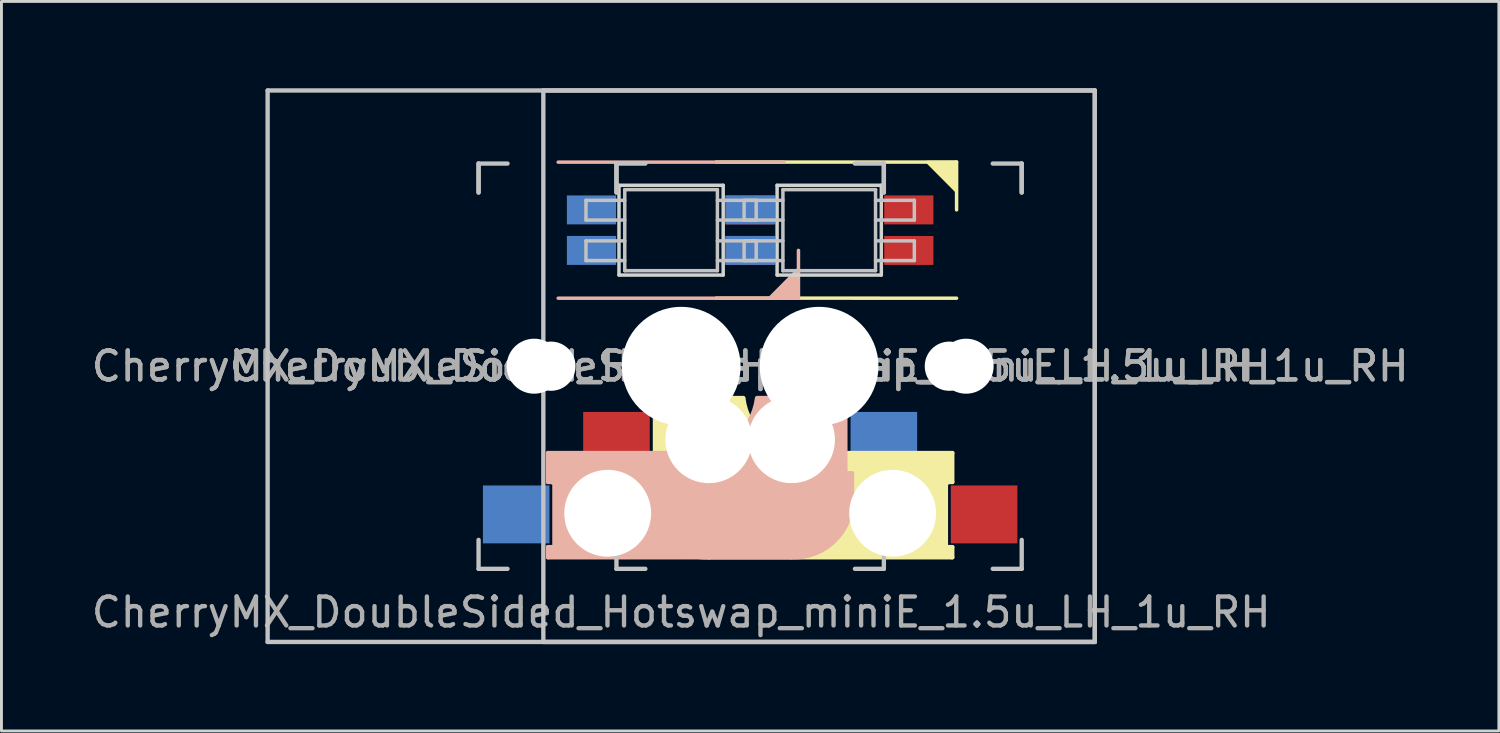
<source format=kicad_pcb>
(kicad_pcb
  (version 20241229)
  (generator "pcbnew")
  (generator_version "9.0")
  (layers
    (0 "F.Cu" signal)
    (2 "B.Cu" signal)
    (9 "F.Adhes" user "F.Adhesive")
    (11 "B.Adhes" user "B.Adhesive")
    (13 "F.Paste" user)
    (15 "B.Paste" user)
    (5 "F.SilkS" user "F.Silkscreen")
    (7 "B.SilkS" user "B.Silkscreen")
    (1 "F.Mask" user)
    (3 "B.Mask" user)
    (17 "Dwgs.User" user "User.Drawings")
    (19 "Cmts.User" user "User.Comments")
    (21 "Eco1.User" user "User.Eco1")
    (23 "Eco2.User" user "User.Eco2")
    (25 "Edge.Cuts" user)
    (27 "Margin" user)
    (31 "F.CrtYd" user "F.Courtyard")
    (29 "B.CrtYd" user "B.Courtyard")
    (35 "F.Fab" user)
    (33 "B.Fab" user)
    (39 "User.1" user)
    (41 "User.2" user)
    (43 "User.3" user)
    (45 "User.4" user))
  (footprint "CherryMX_DoubleSided_Hotswap_miniE_1.5u_LH_1u_RH"
    (layer "F.Cu")
    (at 20.482 9.6)
    (property "Reference" "CherryMX_DoubleSided_Hotswap_miniE_1.5u_LH_1u_RH" (at 0 8.5 0) (layer "F.Fab") (effects (font (size 1 1) (thickness 0.15))))
    (attr through_hole)
    (fp_line (start -1.137 1.1) (end -1.137 1.46) (stroke (width 0.15) (type solid)) (layer "F.SilkS"))
    (fp_line (start -1.137 1.1) (end 2.143 1.1) (stroke (width 0.15) (type solid)) (layer "F.SilkS"))
    (fp_line (start -1.137 3.7) (end -0.938 3.7) (stroke (width 0.15) (type solid)) (layer "F.SilkS"))
    (fp_line (start -1.137 4.7) (end -1.137 3.7) (stroke (width 0.15) (type solid)) (layer "F.SilkS"))
    (fp_line (start -1.037 3.8) (end -1.038 4.7) (stroke (width 0.3) (type solid)) (layer "F.SilkS"))
    (fp_line (start -0.938 1.3) (end 1.762 1.3) (stroke (width 0.5) (type solid)) (layer "F.SilkS"))
    (fp_line (start -0.938 1.46) (end -1.137 1.46) (stroke (width 0.15) (type solid)) (layer "F.SilkS"))
    (fp_line (start -0.907 3.7) (end -0.907 1.46) (stroke (width 0.15) (type solid)) (layer "F.SilkS"))
    (fp_line (start -0.537 1.6) (end -0.537 3.4) (stroke (width 0.8) (type solid)) (layer "F.SilkS"))
    (fp_line (start 0.593 5.1) (end 0.593 2.86) (stroke (width 3) (type solid)) (layer "F.SilkS"))
    (fp_line (start 1.212 -7.052) (end 9.512 -7.052) (stroke (width 0.12) (type solid)) (layer "F.SilkS"))
    (fp_line (start 4.362 3) (end 9.363 3) (stroke (width 0.15) (type solid)) (layer "F.SilkS"))
    (fp_line (start 7.362 4.8) (end 0.662 4.8) (stroke (width 3.5) (type solid)) (layer "F.SilkS"))
    (fp_line (start 8.662 6) (end 8.662 3.5) (stroke (width 1) (type solid)) (layer "F.SilkS"))
    (fp_line (start 9.062 3.3) (end 7.662 3.3) (stroke (width 0.5) (type solid)) (layer "F.SilkS"))
    (fp_line (start 9.143 4) (end 9.143 6.25) (stroke (width 0.15) (type solid)) (layer "F.SilkS"))
    (fp_line (start 9.162 3.9) (end 9.162 3.2) (stroke (width 0.4) (type solid)) (layer "F.SilkS"))
    (fp_line (start 9.162 6.25) (end 9.363 6.25) (stroke (width 0.15) (type solid)) (layer "F.SilkS"))
    (fp_line (start 9.162 6.4) (end 7.763 6.4) (stroke (width 0.4) (type solid)) (layer "F.SilkS"))
    (fp_line (start 9.363 3) (end 9.363 4) (stroke (width 0.15) (type solid)) (layer "F.SilkS"))
    (fp_line (start 9.363 4) (end 9.162 4) (stroke (width 0.15) (type solid)) (layer "F.SilkS"))
    (fp_line (start 9.363 6.25) (end 9.363 6.6) (stroke (width 0.15) (type solid)) (layer "F.SilkS"))
    (fp_line (start 9.363 6.6) (end 0.963 6.6) (stroke (width 0.15) (type solid)) (layer "F.SilkS"))
    (fp_line (start 9.512 -7.052) (end 9.512 -5.401) (stroke (width 0.12) (type solid)) (layer "F.SilkS"))
    (fp_line (start 9.512 -2.349) (end 1.212 -2.352) (stroke (width 0.12) (type solid)) (layer "F.SilkS"))
    (fp_arc (start 0.9625 6.600001) (mid -0.481004 6.084925) (end -1.137501 4.7) (stroke (width 0.15) (type solid)) (layer "F.SilkS"))
    (fp_arc (start 3.9625 3.4) (mid 2.493791 2.886118) (end 1.746182 1.521471) (stroke (width 1) (type solid)) (layer "F.SilkS"))
    (fp_arc (start 4.3625 3) (mid 2.893791 2.486118) (end 2.146182 1.121471) (stroke (width 0.15) (type solid)) (layer "F.SilkS"))
    (fp_poly (pts (xy 8.505 -7.049) (xy 9.512 -7.052) (xy 9.512 -6.036)) (stroke (width 0.1) (type solid)) (fill yes) (layer "F.SilkS"))
    (fp_line (start -4.6 3) (end -4.6 4) (stroke (width 0.15) (type solid)) (layer "B.SilkS"))
    (fp_line (start -4.6 4) (end -4.4 4) (stroke (width 0.15) (type solid)) (layer "B.SilkS"))
    (fp_line (start -4.6 6.25) (end -4.6 6.6) (stroke (width 0.15) (type solid)) (layer "B.SilkS"))
    (fp_line (start -4.6 6.6) (end 3.8 6.6) (stroke (width 0.15) (type solid)) (layer "B.SilkS"))
    (fp_line (start -4.4 3.9) (end -4.4 3.2) (stroke (width 0.4) (type solid)) (layer "B.SilkS"))
    (fp_line (start -4.4 6.25) (end -4.6 6.25) (stroke (width 0.15) (type solid)) (layer "B.SilkS"))
    (fp_line (start -4.4 6.4) (end -3 6.4) (stroke (width 0.4) (type solid)) (layer "B.SilkS"))
    (fp_line (start -4.38 4) (end -4.38 6.25) (stroke (width 0.15) (type solid)) (layer "B.SilkS"))
    (fp_line (start -4.3 3.3) (end -2.9 3.3) (stroke (width 0.5) (type solid)) (layer "B.SilkS"))
    (fp_line (start -4.25 -2.349) (end 4.05 -2.349) (stroke (width 0.12) (type solid)) (layer "B.SilkS"))
    (fp_line (start -3.9 6) (end -3.9 3.5) (stroke (width 1) (type solid)) (layer "B.SilkS"))
    (fp_line (start -2.6 4.8) (end 4.1 4.8) (stroke (width 3.5) (type solid)) (layer "B.SilkS"))
    (fp_line (start 0.4 3) (end -4.6 3) (stroke (width 0.15) (type solid)) (layer "B.SilkS"))
    (fp_line (start 0.463 3.3) (end 1.863 3.3) (stroke (width 0.5) (type solid)) (layer "B.SilkS"))
    (fp_line (start 3.55 -7.049) (end -4.25 -7.049) (stroke (width 0.12) (type solid)) (layer "B.SilkS"))
    (fp_line (start 4.05 -2.349) (end 4.05 -4) (stroke (width 0.12) (type solid)) (layer "B.SilkS"))
    (fp_line (start 4.17 5.1) (end 4.17 2.86) (stroke (width 3) (type solid)) (layer "B.SilkS"))
    (fp_line (start 5.3 1.6) (end 5.3 3.4) (stroke (width 0.8) (type solid)) (layer "B.SilkS"))
    (fp_line (start 5.67 3.7) (end 5.67 1.46) (stroke (width 0.15) (type solid)) (layer "B.SilkS"))
    (fp_line (start 5.7 1.3) (end 3 1.3) (stroke (width 0.5) (type solid)) (layer "B.SilkS"))
    (fp_line (start 5.7 1.46) (end 5.9 1.46) (stroke (width 0.15) (type solid)) (layer "B.SilkS"))
    (fp_line (start 5.8 3.8) (end 5.8 4.7) (stroke (width 0.3) (type solid)) (layer "B.SilkS"))
    (fp_line (start 5.9 1.1) (end 2.62 1.1) (stroke (width 0.15) (type solid)) (layer "B.SilkS"))
    (fp_line (start 5.9 1.1) (end 5.9 1.46) (stroke (width 0.15) (type solid)) (layer "B.SilkS"))
    (fp_line (start 5.9 3.7) (end 5.7 3.7) (stroke (width 0.15) (type solid)) (layer "B.SilkS"))
    (fp_line (start 5.9 4.7) (end 5.9 3.7) (stroke (width 0.15) (type solid)) (layer "B.SilkS"))
    (fp_arc (start 2.616318 1.121471) (mid 1.868709 2.486118) (end 0.4 3) (stroke (width 0.15) (type solid)) (layer "B.SilkS"))
    (fp_arc (start 3.016318 1.521471) (mid 2.268709 2.886118) (end 0.8 3.4) (stroke (width 1) (type solid)) (layer "B.SilkS"))
    (fp_arc (start 5.9 4.699999) (mid 5.243504 6.084924) (end 3.800001 6.6) (stroke (width 0.15) (type solid)) (layer "B.SilkS"))
    (fp_poly (pts (xy 4.05 -3.365) (xy 4.05 -2.349) (xy 3.042 -2.349)) (stroke (width 0.1) (type solid)) (fill yes) (layer "B.SilkS"))
    (fp_line (start -14.287 -9.525) (end 14.287 -9.525) (stroke (width 0.15) (type solid)) (layer "Dwgs.User"))
    (fp_line (start -14.287 9.525) (end -14.287 -9.525) (stroke (width 0.15) (type solid)) (layer "Dwgs.User"))
    (fp_line (start -7 -7) (end -7 -6) (stroke (width 0.15) (type solid)) (layer "Dwgs.User"))
    (fp_line (start -7 -7) (end -6 -7) (stroke (width 0.15) (type solid)) (layer "Dwgs.User"))
    (fp_line (start -7 -6) (end -7 -7) (stroke (width 0.15) (type solid)) (layer "Dwgs.User"))
    (fp_line (start -7 7) (end -7 6) (stroke (width 0.15) (type solid)) (layer "Dwgs.User"))
    (fp_line (start -7 7) (end -6 7) (stroke (width 0.15) (type solid)) (layer "Dwgs.User"))
    (fp_line (start -4.763 -9.525) (end 14.287 -9.525) (stroke (width 0.15) (type solid)) (layer "Dwgs.User"))
    (fp_line (start -4.763 9.525) (end -4.763 -9.525) (stroke (width 0.15) (type solid)) (layer "Dwgs.User"))
    (fp_line (start -3.29 -5.729) (end -3.29 -5.049) (stroke (width 0.12) (type solid)) (layer "Dwgs.User"))
    (fp_line (start -3.29 -5.049) (end -1.95 -5.049) (stroke (width 0.12) (type solid)) (layer "Dwgs.User"))
    (fp_line (start -3.29 -4.329) (end -3.29 -3.649) (stroke (width 0.12) (type solid)) (layer "Dwgs.User"))
    (fp_line (start -3.29 -3.649) (end -1.95 -3.649) (stroke (width 0.12) (type solid)) (layer "Dwgs.User"))
    (fp_line (start -2.237 -7) (end -2.237 -6) (stroke (width 0.15) (type solid)) (layer "Dwgs.User"))
    (fp_line (start -2.237 -7) (end -1.238 -7) (stroke (width 0.15) (type solid)) (layer "Dwgs.User"))
    (fp_line (start -2.237 -6) (end -2.237 -7) (stroke (width 0.15) (type solid)) (layer "Dwgs.User"))
    (fp_line (start -2.237 7) (end -2.237 6) (stroke (width 0.15) (type solid)) (layer "Dwgs.User"))
    (fp_line (start -2.237 7) (end -1.238 7) (stroke (width 0.15) (type solid)) (layer "Dwgs.User"))
    (fp_line (start -1.95 -5.729) (end -3.29 -5.729) (stroke (width 0.12) (type solid)) (layer "Dwgs.User"))
    (fp_line (start -1.95 -4.329) (end -3.29 -4.329) (stroke (width 0.12) (type solid)) (layer "Dwgs.User"))
    (fp_line (start -1.95 -3.299) (end -1.95 -6.099) (stroke (width 0.12) (type solid)) (layer "Dwgs.User"))
    (fp_line (start 1.25 -6.099) (end -1.95 -6.099) (stroke (width 0.12) (type solid)) (layer "Dwgs.User"))
    (fp_line (start 1.25 -5.049) (end 2.59 -5.049) (stroke (width 0.12) (type solid)) (layer "Dwgs.User"))
    (fp_line (start 1.25 -3.649) (end 2.59 -3.649) (stroke (width 0.12) (type solid)) (layer "Dwgs.User"))
    (fp_line (start 1.25 -3.299) (end -1.95 -3.299) (stroke (width 0.12) (type solid)) (layer "Dwgs.User"))
    (fp_line (start 1.25 -3.299) (end 1.25 -6.099) (stroke (width 0.12) (type solid)) (layer "Dwgs.User"))
    (fp_line (start 2.172 -5.729) (end 2.172 -5.049) (stroke (width 0.12) (type solid)) (layer "Dwgs.User"))
    (fp_line (start 2.172 -5.049) (end 3.513 -5.049) (stroke (width 0.12) (type solid)) (layer "Dwgs.User"))
    (fp_line (start 2.172 -4.329) (end 2.172 -3.649) (stroke (width 0.12) (type solid)) (layer "Dwgs.User"))
    (fp_line (start 2.172 -3.649) (end 3.513 -3.649) (stroke (width 0.12) (type solid)) (layer "Dwgs.User"))
    (fp_line (start 2.59 -5.729) (end 1.25 -5.729) (stroke (width 0.12) (type solid)) (layer "Dwgs.User"))
    (fp_line (start 2.59 -5.049) (end 2.59 -5.729) (stroke (width 0.12) (type solid)) (layer "Dwgs.User"))
    (fp_line (start 2.59 -4.329) (end 1.25 -4.329) (stroke (width 0.12) (type solid)) (layer "Dwgs.User"))
    (fp_line (start 2.59 -3.649) (end 2.59 -4.329) (stroke (width 0.12) (type solid)) (layer "Dwgs.User"))
    (fp_line (start 3.513 -5.729) (end 2.172 -5.729) (stroke (width 0.12) (type solid)) (layer "Dwgs.User"))
    (fp_line (start 3.513 -4.329) (end 2.172 -4.329) (stroke (width 0.12) (type solid)) (layer "Dwgs.User"))
    (fp_line (start 3.513 -3.299) (end 3.513 -6.099) (stroke (width 0.12) (type solid)) (layer "Dwgs.User"))
    (fp_line (start 6.713 -6.099) (end 3.513 -6.099) (stroke (width 0.12) (type solid)) (layer "Dwgs.User"))
    (fp_line (start 6.713 -5.049) (end 8.053 -5.049) (stroke (width 0.12) (type solid)) (layer "Dwgs.User"))
    (fp_line (start 6.713 -3.649) (end 8.053 -3.649) (stroke (width 0.12) (type solid)) (layer "Dwgs.User"))
    (fp_line (start 6.713 -3.299) (end 3.513 -3.299) (stroke (width 0.12) (type solid)) (layer "Dwgs.User"))
    (fp_line (start 6.713 -3.299) (end 6.713 -6.099) (stroke (width 0.12) (type solid)) (layer "Dwgs.User"))
    (fp_line (start 7 -7) (end 6 -7) (stroke (width 0.15) (type solid)) (layer "Dwgs.User"))
    (fp_line (start 7 -6) (end 7 -7) (stroke (width 0.15) (type solid)) (layer "Dwgs.User"))
    (fp_line (start 7 -6) (end 7 -7) (stroke (width 0.15) (type solid)) (layer "Dwgs.User"))
    (fp_line (start 7 6) (end 7 7) (stroke (width 0.15) (type solid)) (layer "Dwgs.User"))
    (fp_line (start 7 7) (end 6 7) (stroke (width 0.15) (type solid)) (layer "Dwgs.User"))
    (fp_line (start 8.053 -5.729) (end 6.713 -5.729) (stroke (width 0.12) (type solid)) (layer "Dwgs.User"))
    (fp_line (start 8.053 -5.049) (end 8.053 -5.729) (stroke (width 0.12) (type solid)) (layer "Dwgs.User"))
    (fp_line (start 8.053 -4.329) (end 6.713 -4.329) (stroke (width 0.12) (type solid)) (layer "Dwgs.User"))
    (fp_line (start 8.053 -3.649) (end 8.053 -4.329) (stroke (width 0.12) (type solid)) (layer "Dwgs.User"))
    (fp_line (start 11.762 -7) (end 10.762 -7) (stroke (width 0.15) (type solid)) (layer "Dwgs.User"))
    (fp_line (start 11.762 -6) (end 11.762 -7) (stroke (width 0.15) (type solid)) (layer "Dwgs.User"))
    (fp_line (start 11.762 -6) (end 11.762 -7) (stroke (width 0.15) (type solid)) (layer "Dwgs.User"))
    (fp_line (start 11.762 6) (end 11.762 7) (stroke (width 0.15) (type solid)) (layer "Dwgs.User"))
    (fp_line (start 11.762 7) (end 10.762 7) (stroke (width 0.15) (type solid)) (layer "Dwgs.User"))
    (fp_line (start 14.287 -9.525) (end 14.287 9.525) (stroke (width 0.15) (type solid)) (layer "Dwgs.User"))
    (fp_line (start 14.287 -9.525) (end 14.287 9.525) (stroke (width 0.15) (type solid)) (layer "Dwgs.User"))
    (fp_line (start 14.287 9.525) (end -14.287 9.525) (stroke (width 0.15) (type solid)) (layer "Dwgs.User"))
    (fp_line (start 14.287 9.525) (end -4.763 9.525) (stroke (width 0.15) (type solid)) (layer "Dwgs.User"))
    (fp_line (start -2.15 -6.249) (end -2.15 -3.149) (stroke (width 0.12) (type solid)) (layer "Edge.Cuts"))
    (fp_line (start -2.15 -3.149) (end 1.45 -3.149) (stroke (width 0.12) (type solid)) (layer "Edge.Cuts"))
    (fp_line (start 1.45 -6.249) (end -2.15 -6.249) (stroke (width 0.12) (type solid)) (layer "Edge.Cuts"))
    (fp_line (start 1.45 -3.149) (end 1.45 -6.249) (stroke (width 0.12) (type solid)) (layer "Edge.Cuts"))
    (fp_line (start 3.312 -6.249) (end 3.312 -3.149) (stroke (width 0.12) (type solid)) (layer "Edge.Cuts"))
    (fp_line (start 3.312 -3.149) (end 6.912 -3.149) (stroke (width 0.12) (type solid)) (layer "Edge.Cuts"))
    (fp_line (start 6.912 -6.249) (end 3.312 -6.249) (stroke (width 0.12) (type solid)) (layer "Edge.Cuts"))
    (fp_line (start 6.912 -3.149) (end 6.912 -6.249) (stroke (width 0.12) (type solid)) (layer "Edge.Cuts"))
    (fp_text user "${REFERENCE}" (at 0 0 180) (layer "F.Fab") (effects (font (size 1 1) (thickness 0.15))))
    (fp_text user "${REFERENCE}" (at 4.763 0 180) (layer "F.Fab") (effects (font (size 1 1) (thickness 0.15))))
    (fp_text user "${REFERENCE}" (at 0 0 180) (layer "F.Fab") (effects (font (size 1 1) (thickness 0.15))))
    (fp_text user "${REFERENCE}" (at 4.763 0 180) (layer "F.Fab") (effects (font (size 1 1) (thickness 0.15))))
    (pad "" np_thru_hole circle (at -5.08 0 180) (size 1.9 1.9) (drill 1.9) (layers "*.Cu" "*.Mask"))
    (pad "" np_thru_hole circle (at -4.5 0 180) (size 1.7 1.7) (drill 1.7) (layers "*.Cu" "*.Mask"))
    (pad "" np_thru_hole circle (at -2.54 5.08) (size 3 3) (drill 3) (layers "*.Cu" "*.Mask"))
    (pad "" np_thru_hole circle (at -0.318 0 180) (size 1.9 1.9) (drill 1.9) (layers "*.Cu" "*.Mask"))
    (pad "" np_thru_hole circle (at 0 0 270) (size 4.1 4.1) (drill 4.1) (layers "*.Cu" "*.Mask"))
    (pad "" np_thru_hole circle (at 0.263 0 180) (size 1.7 1.7) (drill 1.7) (layers "*.Cu" "*.Mask"))
    (pad "" np_thru_hole circle (at 0.953 2.54) (size 3 3) (drill 3) (layers "*.Cu" "*.Mask"))
    (pad "" np_thru_hole circle (at 3.81 2.54) (size 3 3) (drill 3) (layers "*.Cu" "*.Mask"))
    (pad "" np_thru_hole circle (at 4.5 0 180) (size 1.7 1.7) (drill 1.7) (layers "*.Cu" "*.Mask"))
    (pad "" np_thru_hole circle (at 4.763 0 270) (size 4.1 4.1) (drill 4.1) (layers "*.Cu" "*.Mask"))
    (pad "" np_thru_hole circle (at 5.08 0 180) (size 1.9 1.9) (drill 1.9) (layers "*.Cu" "*.Mask"))
    (pad "" np_thru_hole circle (at 7.303 5.08) (size 3 3) (drill 3) (layers "*.Cu" "*.Mask"))
    (pad "" np_thru_hole circle (at 9.262 0 180) (size 1.7 1.7) (drill 1.7) (layers "*.Cu" "*.Mask"))
    (pad "" np_thru_hole circle (at 9.842 0 180) (size 1.9 1.9) (drill 1.9) (layers "*.Cu" "*.Mask"))
    (pad "1" smd rect (at -3.1 -5.399 180) (size 1.7 1) (layers "B.Cu" "B.Mask" "B.Paste"))
    (pad "1" smd rect (at 2.362 -3.999 180) (size 1.7 1) (layers "F.Cu" "F.Mask" "F.Paste"))
    (pad "2" smd rect (at -3.1 -3.999 180) (size 1.7 1) (layers "B.Cu" "B.Mask" "B.Paste"))
    (pad "2" smd rect (at 2.362 -5.399 180) (size 1.7 1) (layers "F.Cu" "F.Mask" "F.Paste"))
    (pad "3" smd rect (at 2.4 -3.999 180) (size 1.7 1) (layers "B.Cu" "B.Mask" "B.Paste"))
    (pad "3" smd rect (at 7.862 -5.399 180) (size 1.7 1) (layers "F.Cu" "F.Mask" "F.Paste"))
    (pad "4" smd rect (at 2.4 -5.399 180) (size 1.7 1) (layers "B.Cu" "B.Mask" "B.Paste"))
    (pad "4" smd rect (at 7.862 -3.999 180) (size 1.7 1) (layers "F.Cu" "F.Mask" "F.Paste"))
    (pad "5" smd rect (at -5.7 5.12) (size 2.3 2) (layers "B.Cu" "B.Mask" "B.Paste"))
    (pad "5" smd rect (at 10.463 5.12) (size 2.3 2) (layers "F.Cu" "F.Mask" "F.Paste"))
    (pad "6" smd rect (at -2.237 2.58) (size 2.3 2) (layers "F.Cu" "F.Mask" "F.Paste"))
    (pad "6" smd rect (at 7 2.58) (size 2.3 2) (layers "B.Cu" "B.Mask" "B.Paste")))
  (gr_rect
    (start -3 -3)
    (end 48.727 22.2)
    (stroke (width 0.1) (type default))
    (fill no)
    (layer "Edge.Cuts")))
</source>
